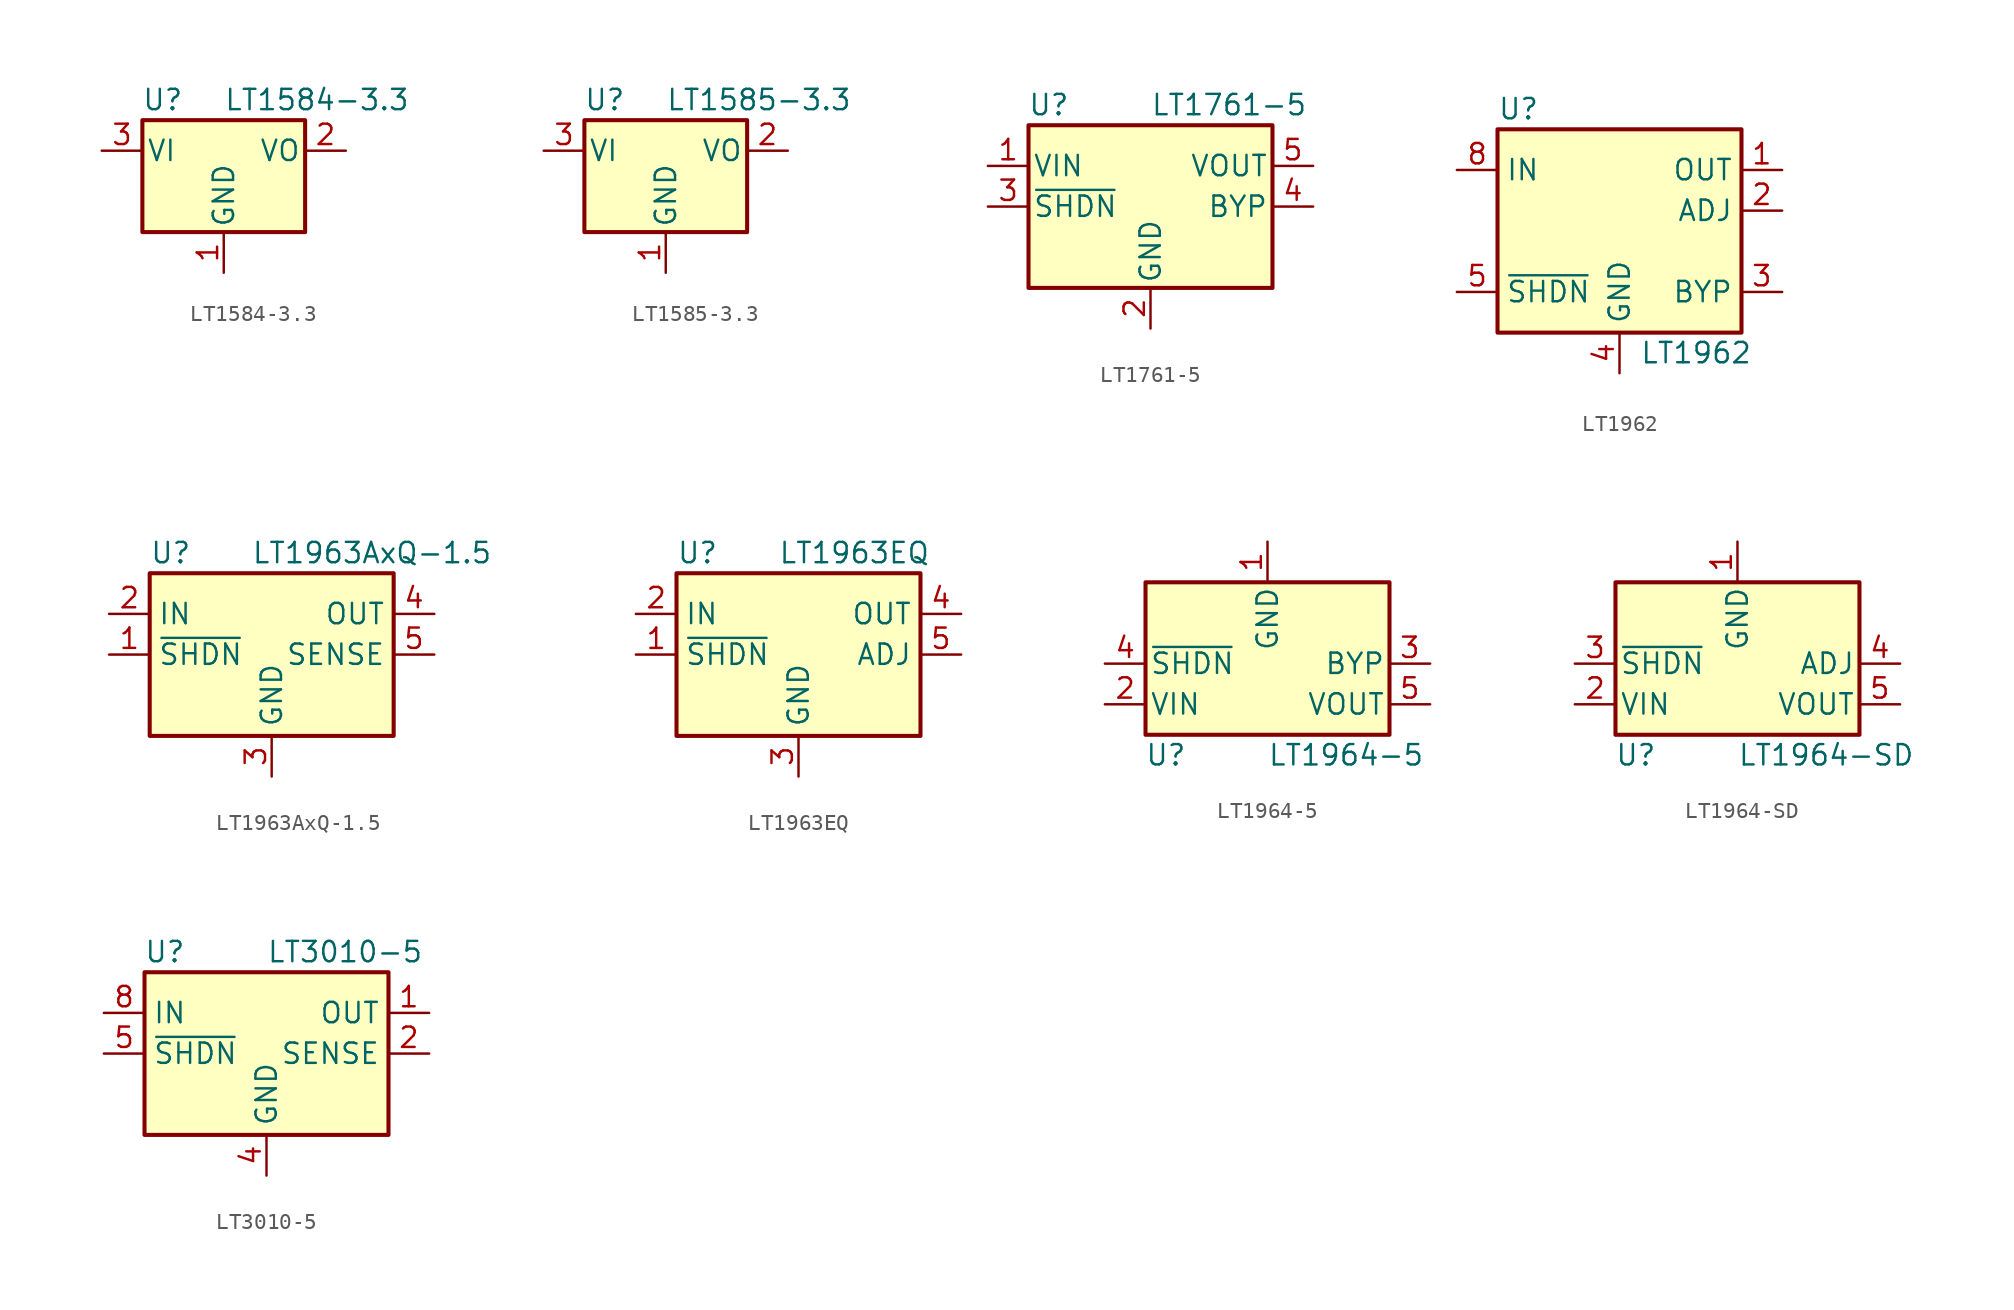
<source format=kicad_sym>
(kicad_symbol_lib
  (version 20211014)
  (generator kicad_symbol_editor)
  (symbol "LT1584-3.3"
    (pin_names
      (offset 0.254))
    (property "Reference" "U"
      (at -3.81 3.175 0)
      (effects (font (size 1.27 1.27))))
    (property "Value" "LT1584-3.3"
      (at 0 3.175 0)
      (effects (font (size 1.27 1.27)) (justify left)))
    (symbol "LT1584-3.3_0_1"
      (rectangle (start -5.08 1.905) (end 5.08 -5.08) (stroke (width 0.254) (type default) (color 0 0 0 0)) (fill (type background))))
    (symbol "LT1584-3.3_1_1"
      (pin power_in line (at 0 -7.62 90) (length 2.54) (name "GND" (effects (font (size 1.27 1.27)))) (number "1" (effects (font (size 1.27 1.27)))))
      (pin power_out line (at 7.62 0 180) (length 2.54) (name "VO" (effects (font (size 1.27 1.27)))) (number "2" (effects (font (size 1.27 1.27)))))
      (pin power_in line (at -7.62 0 0) (length 2.54) (name "VI" (effects (font (size 1.27 1.27)))) (number "3" (effects (font (size 1.27 1.27)))))))
  (symbol "LT1585-3.3"
    (pin_names
      (offset 0.254))
    (property "Reference" "U"
      (at -3.81 3.175 0)
      (effects (font (size 1.27 1.27))))
    (property "Value" "LT1585-3.3"
      (at 0 3.175 0)
      (effects (font (size 1.27 1.27)) (justify left)))
    (symbol "LT1585-3.3_0_1"
      (rectangle (start -5.08 -5.08) (end 5.08 1.905) (stroke (width 0.254) (type default) (color 0 0 0 0)) (fill (type background))))
    (symbol "LT1585-3.3_1_1"
      (pin power_in line (at 0 -7.62 90) (length 2.54) (name "GND" (effects (font (size 1.27 1.27)))) (number "1" (effects (font (size 1.27 1.27)))))
      (pin power_out line (at 7.62 0 180) (length 2.54) (name "VO" (effects (font (size 1.27 1.27)))) (number "2" (effects (font (size 1.27 1.27)))))
      (pin power_in line (at -7.62 0 0) (length 2.54) (name "VI" (effects (font (size 1.27 1.27)))) (number "3" (effects (font (size 1.27 1.27)))))))
  (symbol "LT1761-5"
    (pin_names
      (offset 0.254))
    (property "Reference" "U"
      (at -6.35 6.35 0)
      (effects (font (size 1.27 1.27))))
    (property "Value" "LT1761-5"
      (at 0 6.35 0)
      (effects (font (size 1.27 1.27)) (justify left)))
    (symbol "LT1761-5_0_1"
      (rectangle (start -7.62 5.08) (end 7.62 -5.08) (stroke (width 0.254) (type default) (color 0 0 0 0)) (fill (type background))))
    (symbol "LT1761-5_1_1"
      (pin power_in line (at -10.16 2.54 0) (length 2.54) (name "VIN" (effects (font (size 1.27 1.27)))) (number "1" (effects (font (size 1.27 1.27)))))
      (pin power_in line (at 0 -7.62 90) (length 2.54) (name "GND" (effects (font (size 1.27 1.27)))) (number "2" (effects (font (size 1.27 1.27)))))
      (pin input line (at -10.16 0 0) (length 2.54) (name "~{SHDN}" (effects (font (size 1.27 1.27)))) (number "3" (effects (font (size 1.27 1.27)))))
      (pin passive line (at 10.16 0 180) (length 2.54) (name "BYP" (effects (font (size 1.27 1.27)))) (number "4" (effects (font (size 1.27 1.27)))))
      (pin power_out line (at 10.16 2.54 180) (length 2.54) (name "VOUT" (effects (font (size 1.27 1.27)))) (number "5" (effects (font (size 1.27 1.27)))))))
  (symbol "LT1962"
    (property "Reference" "U"
      (at -7.62 8.89 0)
      (effects (font (size 1.27 1.27)) (justify left)))
    (property "Value" "LT1962"
      (at 1.27 -6.35 0)
      (effects (font (size 1.27 1.27)) (justify left)))
    (symbol "LT1962_0_1"
      (rectangle (start -7.62 7.62) (end 7.62 -5.08) (stroke (width 0.254) (type default) (color 0 0 0 0)) (fill (type background))))
    (symbol "LT1962_1_1"
      (pin power_out line (at 10.16 5.08 180) (length 2.54) (name "OUT" (effects (font (size 1.27 1.27)))) (number "1" (effects (font (size 1.27 1.27)))))
      (pin input line (at 10.16 2.54 180) (length 2.54) (name "ADJ" (effects (font (size 1.27 1.27)))) (number "2" (effects (font (size 1.27 1.27)))))
      (pin passive line (at 10.16 -2.54 180) (length 2.54) (name "BYP" (effects (font (size 1.27 1.27)))) (number "3" (effects (font (size 1.27 1.27)))))
      (pin power_in line (at 0 -7.62 90) (length 2.54) (name "GND" (effects (font (size 1.27 1.27)))) (number "4" (effects (font (size 1.27 1.27)))))
      (pin input line (at -10.16 -2.54 0) (length 2.54) (name "~{SHDN}" (effects (font (size 1.27 1.27)))) (number "5" (effects (font (size 1.27 1.27)))))
      (pin no_connect line (at 2.54 5.08 90) (length 2.54) hide (name "NC" (effects (font (size 1.27 1.27)))) (number "6" (effects (font (size 1.27 1.27)))))
      (pin no_connect line (at 2.54 2.54 90) (length 2.54) hide (name "NC" (effects (font (size 1.27 1.27)))) (number "7" (effects (font (size 1.27 1.27)))))
      (pin power_in line (at -10.16 5.08 0) (length 2.54) (name "IN" (effects (font (size 1.27 1.27)))) (number "8" (effects (font (size 1.27 1.27)))))))
  (symbol "LT1963AxQ-1.5"
    (property "Reference" "U"
      (at -7.62 6.35 0)
      (effects (font (size 1.27 1.27)) (justify left)))
    (property "Value" "LT1963AxQ-1.5"
      (at -1.27 6.35 0)
      (effects (font (size 1.27 1.27)) (justify left)))
    (symbol "LT1963AxQ-1.5_0_1"
      (rectangle (start -7.62 5.08) (end 7.62 -5.08) (stroke (width 0.254) (type default) (color 0 0 0 0)) (fill (type background))))
    (symbol "LT1963AxQ-1.5_1_1"
      (pin input line (at -10.16 0 0) (length 2.54) (name "~{SHDN}" (effects (font (size 1.27 1.27)))) (number "1" (effects (font (size 1.27 1.27)))))
      (pin power_in line (at -10.16 2.54 0) (length 2.54) (name "IN" (effects (font (size 1.27 1.27)))) (number "2" (effects (font (size 1.27 1.27)))))
      (pin power_in line (at 0 -7.62 90) (length 2.54) (name "GND" (effects (font (size 1.27 1.27)))) (number "3" (effects (font (size 1.27 1.27)))))
      (pin power_out line (at 10.16 2.54 180) (length 2.54) (name "OUT" (effects (font (size 1.27 1.27)))) (number "4" (effects (font (size 1.27 1.27)))))
      (pin input line (at 10.16 0 180) (length 2.54) (name "SENSE" (effects (font (size 1.27 1.27)))) (number "5" (effects (font (size 1.27 1.27)))))))
  (symbol "LT1963EQ"
    (property "Reference" "U"
      (at -7.62 6.35 0)
      (effects (font (size 1.27 1.27)) (justify left)))
    (property "Value" "LT1963EQ"
      (at -1.27 6.35 0)
      (effects (font (size 1.27 1.27)) (justify left)))
    (symbol "LT1963EQ_0_1"
      (rectangle (start -7.62 5.08) (end 7.62 -5.08) (stroke (width 0.254) (type default) (color 0 0 0 0)) (fill (type background))))
    (symbol "LT1963EQ_1_1"
      (pin input line (at -10.16 0 0) (length 2.54) (name "~{SHDN}" (effects (font (size 1.27 1.27)))) (number "1" (effects (font (size 1.27 1.27)))))
      (pin power_in line (at -10.16 2.54 0) (length 2.54) (name "IN" (effects (font (size 1.27 1.27)))) (number "2" (effects (font (size 1.27 1.27)))))
      (pin power_in line (at 0 -7.62 90) (length 2.54) (name "GND" (effects (font (size 1.27 1.27)))) (number "3" (effects (font (size 1.27 1.27)))))
      (pin power_out line (at 10.16 2.54 180) (length 2.54) (name "OUT" (effects (font (size 1.27 1.27)))) (number "4" (effects (font (size 1.27 1.27)))))
      (pin input line (at 10.16 0 180) (length 2.54) (name "ADJ" (effects (font (size 1.27 1.27)))) (number "5" (effects (font (size 1.27 1.27)))))))
  (symbol "LT1964-5"
    (pin_names
      (offset 0.254))
    (property "Reference" "U"
      (at -6.35 -5.715 0)
      (effects (font (size 1.27 1.27))))
    (property "Value" "LT1964-5"
      (at 0 -5.715 0)
      (effects (font (size 1.27 1.27)) (justify left)))
    (symbol "LT1964-5_0_1"
      (rectangle (start -7.62 5.08) (end 7.62 -4.445) (stroke (width 0.254) (type default) (color 0 0 0 0)) (fill (type background))))
    (symbol "LT1964-5_1_1"
      (pin power_in line (at 0 7.62 270) (length 2.54) (name "GND" (effects (font (size 1.27 1.27)))) (number "1" (effects (font (size 1.27 1.27)))))
      (pin power_in line (at -10.16 -2.54 0) (length 2.54) (name "VIN" (effects (font (size 1.27 1.27)))) (number "2" (effects (font (size 1.27 1.27)))))
      (pin passive line (at 10.16 0 180) (length 2.54) (name "BYP" (effects (font (size 1.27 1.27)))) (number "3" (effects (font (size 1.27 1.27)))))
      (pin input line (at -10.16 0 0) (length 2.54) (name "~{SHDN}" (effects (font (size 1.27 1.27)))) (number "4" (effects (font (size 1.27 1.27)))))
      (pin power_out line (at 10.16 -2.54 180) (length 2.54) (name "VOUT" (effects (font (size 1.27 1.27)))) (number "5" (effects (font (size 1.27 1.27)))))))
  (symbol "LT1964-SD"
    (pin_names
      (offset 0.254))
    (property "Reference" "U"
      (at -6.35 -5.715 0)
      (effects (font (size 1.27 1.27))))
    (property "Value" "LT1964-SD"
      (at 0 -5.715 0)
      (effects (font (size 1.27 1.27)) (justify left)))
    (symbol "LT1964-SD_0_1"
      (rectangle (start -7.62 5.08) (end 7.62 -4.445) (stroke (width 0.254) (type default) (color 0 0 0 0)) (fill (type background))))
    (symbol "LT1964-SD_1_1"
      (pin power_in line (at 0 7.62 270) (length 2.54) (name "GND" (effects (font (size 1.27 1.27)))) (number "1" (effects (font (size 1.27 1.27)))))
      (pin power_in line (at -10.16 -2.54 0) (length 2.54) (name "VIN" (effects (font (size 1.27 1.27)))) (number "2" (effects (font (size 1.27 1.27)))))
      (pin input line (at -10.16 0 0) (length 2.54) (name "~{SHDN}" (effects (font (size 1.27 1.27)))) (number "3" (effects (font (size 1.27 1.27)))))
      (pin input line (at 10.16 0 180) (length 2.54) (name "ADJ" (effects (font (size 1.27 1.27)))) (number "4" (effects (font (size 1.27 1.27)))))
      (pin power_out line (at 10.16 -2.54 180) (length 2.54) (name "VOUT" (effects (font (size 1.27 1.27)))) (number "5" (effects (font (size 1.27 1.27)))))))
  (symbol "LT3010-5"
    (property "Reference" "U"
      (at -6.35 6.35 0)
      (effects (font (size 1.27 1.27))))
    (property "Value" "LT3010-5"
      (at 0 6.35 0)
      (effects (font (size 1.27 1.27)) (justify left)))
    (symbol "LT3010-5_0_1"
      (rectangle (start -7.62 5.08) (end 7.62 -5.08) (stroke (width 0.254) (type default) (color 0 0 0 0)) (fill (type background))))
    (symbol "LT3010-5_1_1"
      (pin power_out line (at 10.16 2.54 180) (length 2.54) (name "OUT" (effects (font (size 1.27 1.27)))) (number "1" (effects (font (size 1.27 1.27)))))
      (pin passive line (at 10.16 0 180) (length 2.54) (name "SENSE" (effects (font (size 1.27 1.27)))) (number "2" (effects (font (size 1.27 1.27)))))
      (pin no_connect line (at -7.62 -2.54 0) (length 2.54) hide (name "NC" (effects (font (size 1.27 1.27)))) (number "3" (effects (font (size 1.27 1.27)))))
      (pin power_in line (at 0 -7.62 90) (length 2.54) (name "GND" (effects (font (size 1.27 1.27)))) (number "4" (effects (font (size 1.27 1.27)))))
      (pin input line (at -10.16 0 0) (length 2.54) (name "~{SHDN}" (effects (font (size 1.27 1.27)))) (number "5" (effects (font (size 1.27 1.27)))))
      (pin no_connect line (at 7.62 -2.54 180) (length 2.54) hide (name "NC" (effects (font (size 1.27 1.27)))) (number "6" (effects (font (size 1.27 1.27)))))
      (pin no_connect line (at 2.54 -5.08 90) (length 2.54) hide (name "NC" (effects (font (size 1.27 1.27)))) (number "7" (effects (font (size 1.27 1.27)))))
      (pin power_in line (at -10.16 2.54 0) (length 2.54) (name "IN" (effects (font (size 1.27 1.27)))) (number "8" (effects (font (size 1.27 1.27)))))
      (pin passive line (at 0 -7.62 90) (length 2.54) hide (name "GND" (effects (font (size 1.27 1.27)))) (number "9" (effects (font (size 1.27 1.27))))))))
</source>
